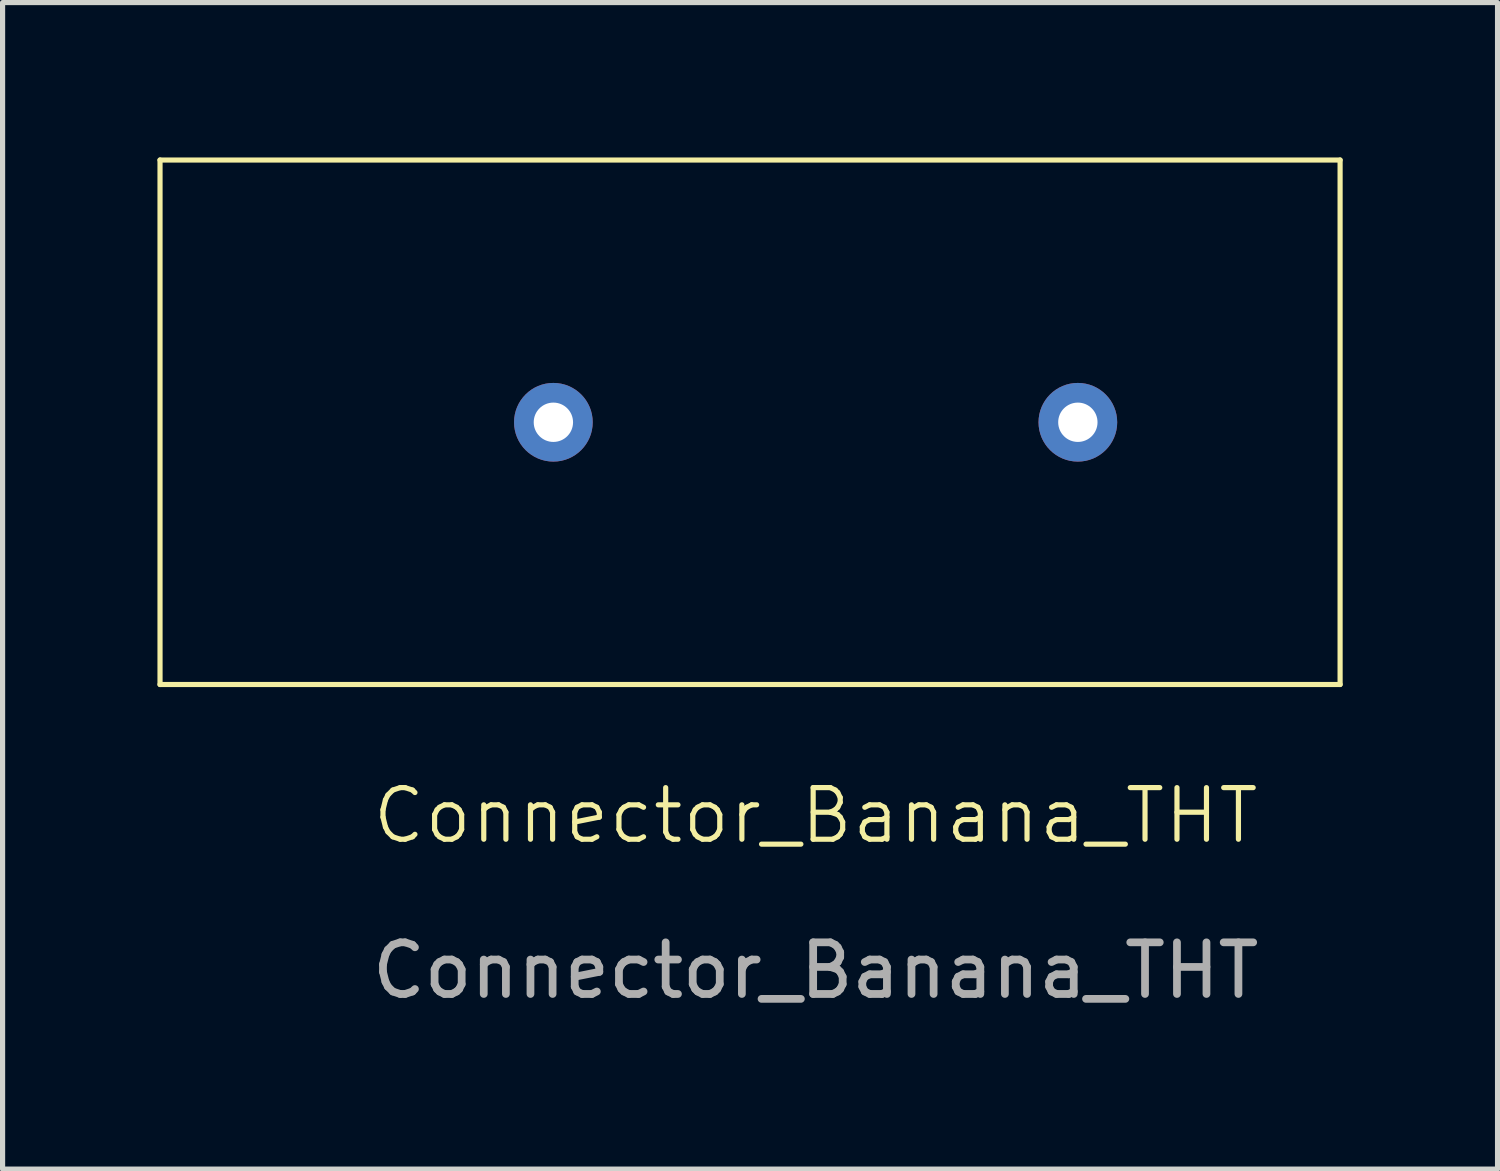
<source format=kicad_pcb>
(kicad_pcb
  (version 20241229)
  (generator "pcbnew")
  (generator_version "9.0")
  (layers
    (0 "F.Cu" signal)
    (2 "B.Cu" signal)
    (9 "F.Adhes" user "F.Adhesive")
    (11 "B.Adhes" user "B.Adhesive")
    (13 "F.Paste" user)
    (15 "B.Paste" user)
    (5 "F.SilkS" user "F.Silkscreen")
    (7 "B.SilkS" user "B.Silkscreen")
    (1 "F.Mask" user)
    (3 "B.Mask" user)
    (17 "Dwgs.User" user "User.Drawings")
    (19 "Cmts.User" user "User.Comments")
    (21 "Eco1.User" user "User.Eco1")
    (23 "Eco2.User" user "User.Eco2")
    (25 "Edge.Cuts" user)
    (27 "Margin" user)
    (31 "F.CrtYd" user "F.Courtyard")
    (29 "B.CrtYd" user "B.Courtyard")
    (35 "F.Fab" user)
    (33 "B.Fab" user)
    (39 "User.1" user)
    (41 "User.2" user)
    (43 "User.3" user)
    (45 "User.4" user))
  (footprint "Connector_Banana_THT"
    (layer "F.Cu")
    (at 12.75 5.13)
    (property "Reference" "Connector_Banana_THT" (at 0 7.62 0) (unlocked yes) (layer "F.SilkS") (effects (font (size 1 1) (thickness 0.1))))
    (attr through_hole)
    (fp_line (start -12.7 -5.08) (end -12.7 5.08) (stroke (width 0.1) (type default)) (layer "F.SilkS"))
    (fp_line (start -12.7 5.08) (end 10.16 5.08) (stroke (width 0.1) (type default)) (layer "F.SilkS"))
    (fp_line (start 10.16 -5.08) (end -12.7 -5.08) (stroke (width 0.1) (type default)) (layer "F.SilkS"))
    (fp_line (start 10.16 5.08) (end 10.16 -5.08) (stroke (width 0.1) (type default)) (layer "F.SilkS"))
    (fp_text user "${REFERENCE}" (at 0 10.62 0) (unlocked yes) (layer "F.Fab") (effects (font (size 1 1) (thickness 0.15))))
    (pad "1" thru_hole circle (at -5.08 0) (size 1.524 1.524) (drill 0.762) (layers "*.Cu" "*.Mask"))
    (pad "1" thru_hole circle (at 5.08 0) (size 1.524 1.524) (drill 0.762) (layers "*.Cu" "*.Mask")))
  (gr_rect
    (start -3 -3)
    (end 25.96 19.598)
    (stroke (width 0.1) (type default))
    (fill no)
    (layer "Edge.Cuts")))
</source>
